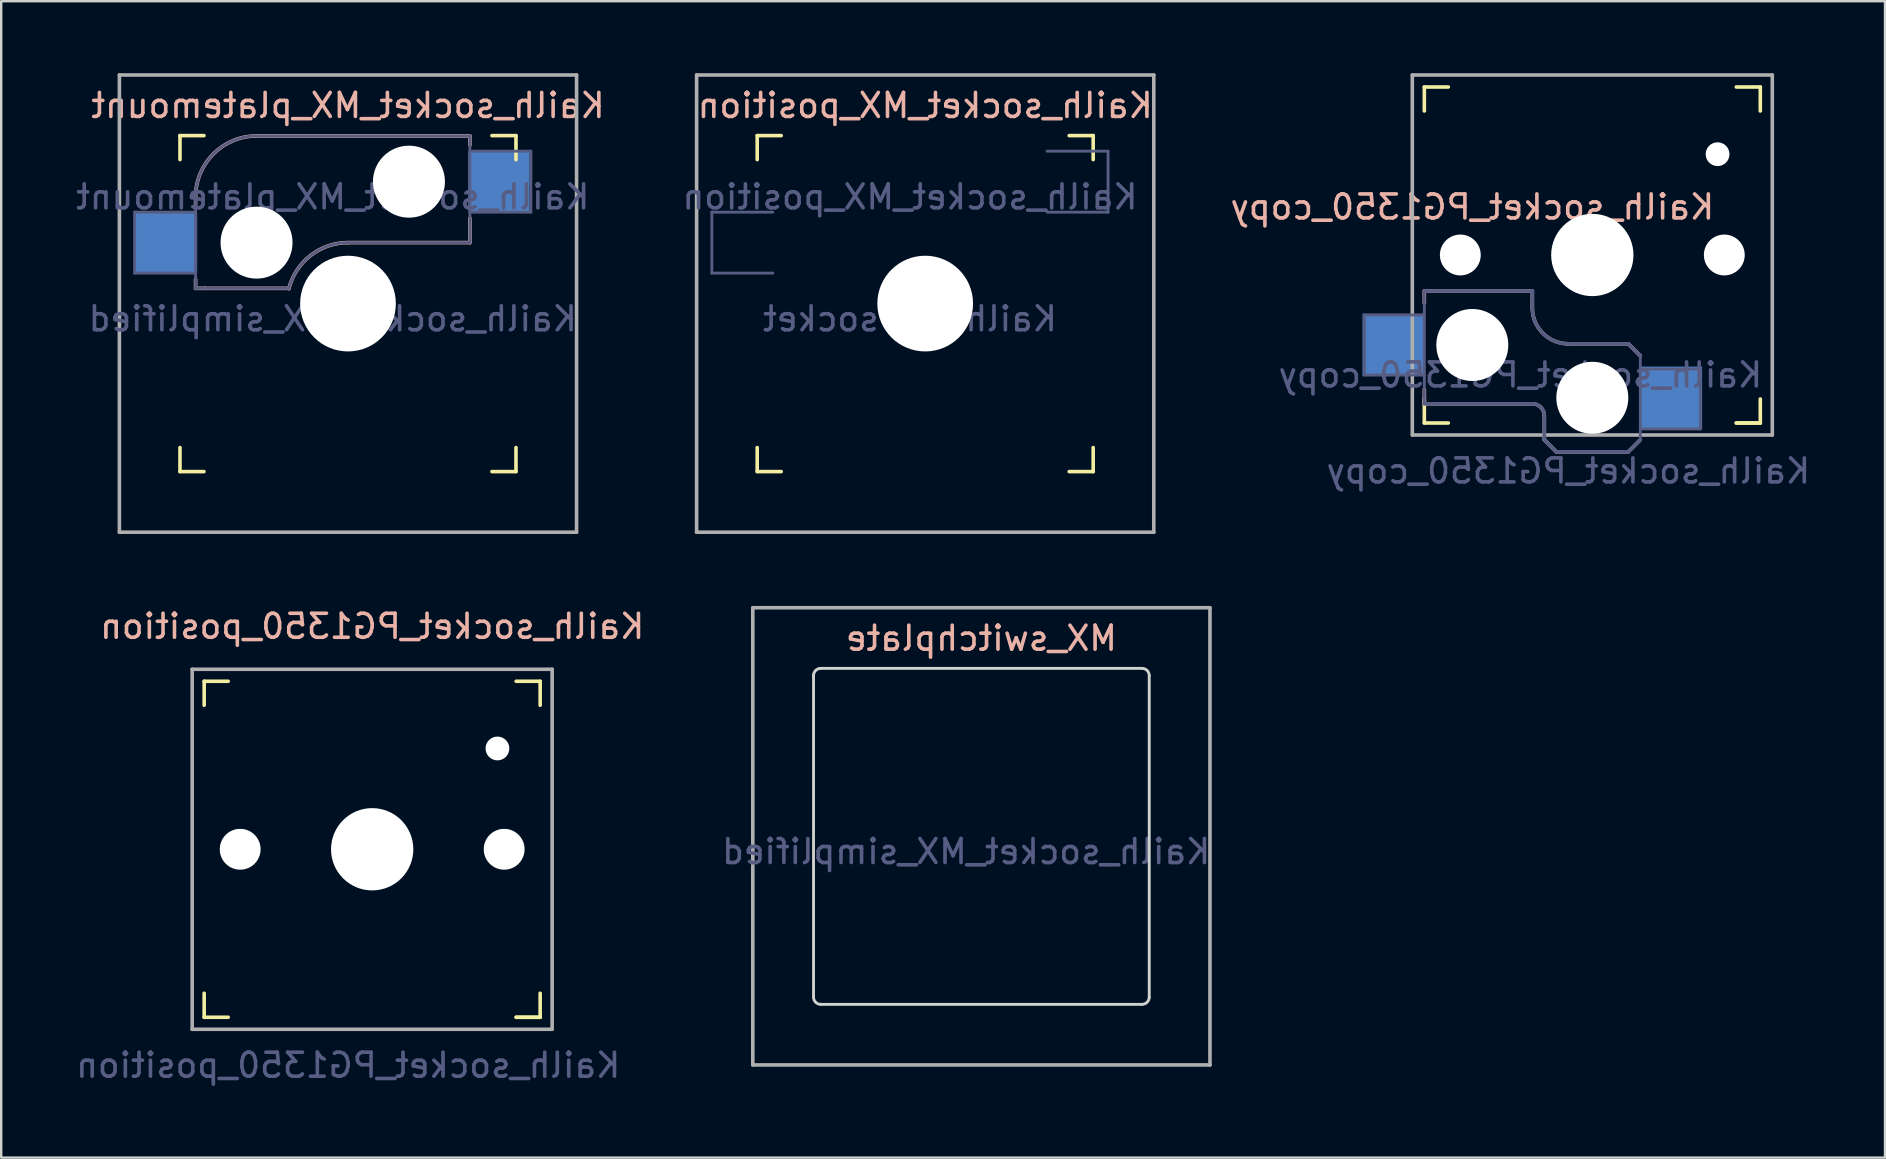
<source format=kicad_pcb>
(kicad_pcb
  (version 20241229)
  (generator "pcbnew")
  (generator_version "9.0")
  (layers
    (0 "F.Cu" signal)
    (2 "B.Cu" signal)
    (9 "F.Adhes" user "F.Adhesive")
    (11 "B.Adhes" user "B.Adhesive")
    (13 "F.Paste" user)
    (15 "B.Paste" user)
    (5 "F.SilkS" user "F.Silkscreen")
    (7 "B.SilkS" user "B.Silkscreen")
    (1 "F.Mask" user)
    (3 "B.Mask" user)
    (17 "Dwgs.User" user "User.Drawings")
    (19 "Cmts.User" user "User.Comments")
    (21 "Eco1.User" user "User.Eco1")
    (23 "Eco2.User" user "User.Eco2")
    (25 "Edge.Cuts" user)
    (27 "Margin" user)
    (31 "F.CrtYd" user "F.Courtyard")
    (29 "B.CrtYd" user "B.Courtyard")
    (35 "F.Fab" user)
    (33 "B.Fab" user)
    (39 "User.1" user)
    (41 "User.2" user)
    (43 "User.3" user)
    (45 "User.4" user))
  (footprint "Kailh_socket_MX_position"
    (layer "F.Cu")
    (at 35.502 9.6)
    (property "Reference" "Kailh_socket_MX_position" (at 0 -8.255 180) (layer "B.SilkS") (effects (font (size 1 1) (thickness 0.15)) (justify mirror)))
    (property "Value" "Kailh MX socket" (at 0 8.255 180) (layer "F.Fab") (hide yes) (effects (font (size 1 1) (thickness 0.15))))
    (attr smd board_only exclude_from_pos_files exclude_from_bom)
    (fp_line (start -7 -6) (end -7 -7) (stroke (width 0.15) (type solid)) (layer "F.SilkS"))
    (fp_line (start -7 7) (end -7 6) (stroke (width 0.15) (type solid)) (layer "F.SilkS"))
    (fp_line (start -7 7) (end -6 7) (stroke (width 0.15) (type solid)) (layer "F.SilkS"))
    (fp_line (start -6 -7) (end -7 -7) (stroke (width 0.15) (type solid)) (layer "F.SilkS"))
    (fp_line (start 6 7) (end 7 7) (stroke (width 0.15) (type solid)) (layer "F.SilkS"))
    (fp_line (start 7 -7) (end 6 -7) (stroke (width 0.15) (type solid)) (layer "F.SilkS"))
    (fp_line (start 7 -7) (end 7 -6) (stroke (width 0.15) (type solid)) (layer "F.SilkS"))
    (fp_line (start 7 6) (end 7 7) (stroke (width 0.15) (type solid)) (layer "F.SilkS"))
    (fp_rect (start -8.89 -3.81) (end -6.35 -1.27) (stroke (width 0.12) (type solid)) (fill no) (layer "Eco1.User"))
    (fp_rect (start 7.62 -6.35) (end 5.08 -3.81) (stroke (width 0.12) (type solid)) (fill no) (layer "Eco1.User"))
    (fp_circle (center -3.81 -2.54) (end -2.54 -1.905) (stroke (width 0.12) (type solid)) (fill no) (layer "Eco1.User"))
    (fp_circle (center 2.54 -5.08) (end 3.175 -3.81) (stroke (width 0.12) (type solid)) (fill no) (layer "Eco1.User"))
    (fp_line (start -6.9 6.9) (end -6.9 -6.9) (stroke (width 0.15) (type solid)) (layer "Eco2.User"))
    (fp_line (start -6.9 6.9) (end 6.9 6.9) (stroke (width 0.15) (type solid)) (layer "Eco2.User"))
    (fp_line (start 6.9 -6.9) (end -6.9 -6.9) (stroke (width 0.15) (type solid)) (layer "Eco2.User"))
    (fp_line (start 6.9 -6.9) (end 6.9 6.9) (stroke (width 0.15) (type solid)) (layer "Eco2.User"))
    (fp_line (start -8.89 -3.81) (end -6.35 -3.81) (stroke (width 0.12) (type solid)) (layer "B.Fab"))
    (fp_line (start -8.89 -1.27) (end -8.89 -3.81) (stroke (width 0.12) (type solid)) (layer "B.Fab"))
    (fp_line (start -6.35 -1.27) (end -8.89 -1.27) (stroke (width 0.12) (type solid)) (layer "B.Fab"))
    (fp_line (start 5.08 -6.35) (end 7.62 -6.35) (stroke (width 0.12) (type solid)) (layer "B.Fab"))
    (fp_line (start 7.62 -6.35) (end 7.62 -3.81) (stroke (width 0.12) (type solid)) (layer "B.Fab"))
    (fp_line (start 7.62 -3.81) (end 5.08 -3.81) (stroke (width 0.12) (type solid)) (layer "B.Fab"))
    (fp_line (start -9.525 -9.525) (end 9.525 -9.525) (stroke (width 0.15) (type solid)) (layer "F.Fab"))
    (fp_line (start -9.525 9.525) (end -9.525 -9.525) (stroke (width 0.15) (type solid)) (layer "F.Fab"))
    (fp_line (start 9.525 -9.525) (end 9.525 9.525) (stroke (width 0.15) (type solid)) (layer "F.Fab"))
    (fp_line (start 9.525 9.525) (end -9.525 9.525) (stroke (width 0.15) (type solid)) (layer "F.Fab"))
    (fp_text user "${VALUE}" (at -0.635 0.635 180) (layer "B.Fab") (effects (font (size 1 1) (thickness 0.15)) (justify mirror)))
    (fp_text user "${REFERENCE}" (at -0.635 -4.445 180) (layer "B.Fab") (effects (font (size 1 1) (thickness 0.15)) (justify mirror)))
    (pad "" np_thru_hole circle (at 0 0) (size 3.988 3.988) (drill 3.988) (layers "*.Cu" "*.Mask")))
  (footprint "Kailh_socket_MX_platemount"
    (layer "F.Cu")
    (at 11.45 9.6)
    (property "Reference" "Kailh_socket_MX_platemount" (at 0 -8.255 0) (layer "B.SilkS") (effects (font (size 1 1) (thickness 0.15)) (justify mirror)))
    (property "Value" "Kailh_socket_MX_simplified" (at 0 8.255 0) (layer "F.Fab") (hide yes) (effects (font (size 1 1) (thickness 0.15))))
    (attr smd)
    (fp_line (start -7 -6) (end -7 -7) (stroke (width 0.15) (type solid)) (layer "F.SilkS"))
    (fp_line (start -7 7) (end -7 6) (stroke (width 0.15) (type solid)) (layer "F.SilkS"))
    (fp_line (start -7 7) (end -6 7) (stroke (width 0.15) (type solid)) (layer "F.SilkS"))
    (fp_line (start -6 -7) (end -7 -7) (stroke (width 0.15) (type solid)) (layer "F.SilkS"))
    (fp_line (start 6 7) (end 7 7) (stroke (width 0.15) (type solid)) (layer "F.SilkS"))
    (fp_line (start 7 -7) (end 6 -7) (stroke (width 0.15) (type solid)) (layer "F.SilkS"))
    (fp_line (start 7 -7) (end 7 -6) (stroke (width 0.15) (type solid)) (layer "F.SilkS"))
    (fp_line (start 7 6) (end 7 7) (stroke (width 0.15) (type solid)) (layer "F.SilkS"))
    (fp_line (start -6.35 -4.445) (end -6.35 -4.064) (stroke (width 0.15) (type solid)) (layer "B.SilkS"))
    (fp_line (start -6.35 -1.016) (end -6.35 -0.635) (stroke (width 0.15) (type solid)) (layer "B.SilkS"))
    (fp_line (start -5.969 -0.635) (end -6.35 -0.635) (stroke (width 0.15) (type solid)) (layer "B.SilkS"))
    (fp_line (start -3.81 -6.985) (end 5.08 -6.985) (stroke (width 0.15) (type solid)) (layer "B.SilkS"))
    (fp_line (start -2.464 -0.635) (end -5.969 -0.635) (stroke (width 0.15) (type solid)) (layer "B.SilkS"))
    (fp_line (start 5.08 -6.985) (end 5.08 -6.604) (stroke (width 0.15) (type solid)) (layer "B.SilkS"))
    (fp_line (start 5.08 -3.556) (end 5.08 -2.54) (stroke (width 0.15) (type solid)) (layer "B.SilkS"))
    (fp_line (start 5.08 -2.54) (end 0 -2.54) (stroke (width 0.15) (type solid)) (layer "B.SilkS"))
    (fp_arc (start -6.35 -4.445) (mid -5.606051 -6.241051) (end -3.81 -6.985) (stroke (width 0.15) (type solid)) (layer "B.SilkS"))
    (fp_arc (start -2.464162 -0.61604) (mid -1.563147 -2.002042) (end 0 -2.54) (stroke (width 0.15) (type solid)) (layer "B.SilkS"))
    (fp_line (start -6.9 6.9) (end -6.9 -6.9) (stroke (width 0.15) (type solid)) (layer "Eco2.User"))
    (fp_line (start -6.9 6.9) (end 6.9 6.9) (stroke (width 0.15) (type solid)) (layer "Eco2.User"))
    (fp_line (start 6.9 -6.9) (end -6.9 -6.9) (stroke (width 0.15) (type solid)) (layer "Eco2.User"))
    (fp_line (start 6.9 -6.9) (end 6.9 6.9) (stroke (width 0.15) (type solid)) (layer "Eco2.User"))
    (fp_line (start -8.89 -3.81) (end -6.35 -3.81) (stroke (width 0.12) (type solid)) (layer "B.Fab"))
    (fp_line (start -8.89 -1.27) (end -8.89 -3.81) (stroke (width 0.12) (type solid)) (layer "B.Fab"))
    (fp_line (start -6.35 -1.27) (end -8.89 -1.27) (stroke (width 0.12) (type solid)) (layer "B.Fab"))
    (fp_line (start -6.35 -0.635) (end -6.35 -4.445) (stroke (width 0.12) (type solid)) (layer "B.Fab"))
    (fp_line (start -6.35 -0.635) (end -2.54 -0.635) (stroke (width 0.12) (type solid)) (layer "B.Fab"))
    (fp_line (start -3.81 -6.985) (end 5.08 -6.985) (stroke (width 0.12) (type solid)) (layer "B.Fab"))
    (fp_line (start 5.08 -6.985) (end 5.08 -2.54) (stroke (width 0.12) (type solid)) (layer "B.Fab"))
    (fp_line (start 5.08 -6.35) (end 7.62 -6.35) (stroke (width 0.12) (type solid)) (layer "B.Fab"))
    (fp_line (start 5.08 -2.54) (end 0 -2.54) (stroke (width 0.12) (type solid)) (layer "B.Fab"))
    (fp_line (start 7.62 -6.35) (end 7.62 -3.81) (stroke (width 0.12) (type solid)) (layer "B.Fab"))
    (fp_line (start 7.62 -3.81) (end 5.08 -3.81) (stroke (width 0.12) (type solid)) (layer "B.Fab"))
    (fp_arc (start -6.35 -4.445) (mid -5.606051 -6.241051) (end -3.81 -6.985) (stroke (width 0.12) (type solid)) (layer "B.Fab"))
    (fp_arc (start -2.464162 -0.61604) (mid -1.563147 -2.002042) (end 0 -2.54) (stroke (width 0.12) (type solid)) (layer "B.Fab"))
    (fp_line (start -9.525 -9.525) (end 9.525 -9.525) (stroke (width 0.15) (type solid)) (layer "F.Fab"))
    (fp_line (start -9.525 9.525) (end -9.525 -9.525) (stroke (width 0.15) (type solid)) (layer "F.Fab"))
    (fp_line (start 9.525 -9.525) (end 9.525 9.525) (stroke (width 0.15) (type solid)) (layer "F.Fab"))
    (fp_line (start 9.525 9.525) (end -9.525 9.525) (stroke (width 0.15) (type solid)) (layer "F.Fab"))
    (fp_text user "${REFERENCE}" (at -0.635 -4.445 0) (layer "B.Fab") (effects (font (size 1 1) (thickness 0.15)) (justify mirror)))
    (fp_text user "${VALUE}" (at -0.635 0.635 0) (layer "B.Fab") (effects (font (size 1 1) (thickness 0.15)) (justify mirror)))
    (pad "" np_thru_hole circle (at -3.81 -2.54) (size 3 3) (drill 3) (layers "*.Cu" "*.Mask"))
    (pad "" np_thru_hole circle (at 0 0) (size 3.988 3.988) (drill 3.988) (layers "*.Cu" "*.Mask"))
    (pad "" np_thru_hole circle (at 2.54 -5.08) (size 3 3) (drill 3) (layers "*.Cu" "*.Mask"))
    (pad "1" smd rect (at -7.56 -2.54) (size 2.55 2.5) (layers "B.Cu" "B.Mask" "B.Paste"))
    (pad "2" smd rect (at 6.29 -5.08) (size 2.55 2.5) (layers "B.Cu" "B.Mask" "B.Paste")))
  (footprint "Kailh_socket_PG1350_copy"
    (layer "F.Cu")
    (at 63.3 7.575)
    (property "Reference" "Kailh_socket_PG1350_copy" (at -5 -2 0) (layer "B.SilkS") (effects (font (size 1 1) (thickness 0.15)) (justify mirror)))
    (property "Value" "Kailh_socket_PG1350_copy" (at 0 8.255 0) (layer "F.Fab") (hide yes) (effects (font (size 1 1) (thickness 0.15))))
    (attr smd)
    (fp_line (start -7 -6) (end -7 -7) (stroke (width 0.15) (type solid)) (layer "F.SilkS"))
    (fp_line (start -7 7) (end -7 6) (stroke (width 0.15) (type solid)) (layer "F.SilkS"))
    (fp_line (start -7 7) (end -6 7) (stroke (width 0.15) (type solid)) (layer "F.SilkS"))
    (fp_line (start -6 -7) (end -7 -7) (stroke (width 0.15) (type solid)) (layer "F.SilkS"))
    (fp_line (start 6 7) (end 7 7) (stroke (width 0.15) (type solid)) (layer "F.SilkS"))
    (fp_line (start 7 -7) (end 6 -7) (stroke (width 0.15) (type solid)) (layer "F.SilkS"))
    (fp_line (start 7 -7) (end 7 -6) (stroke (width 0.15) (type solid)) (layer "F.SilkS"))
    (fp_line (start 7 6) (end 7 7) (stroke (width 0.15) (type solid)) (layer "F.SilkS"))
    (fp_line (start 7 7) (end 6 7) (stroke (width 0.15) (type solid)) (layer "F.SilkS"))
    (fp_line (start -7 1.5) (end -7 2) (stroke (width 0.15) (type solid)) (layer "B.SilkS"))
    (fp_line (start -7 5.6) (end -7 6.2) (stroke (width 0.15) (type solid)) (layer "B.SilkS"))
    (fp_line (start -7 6.2) (end -2.5 6.2) (stroke (width 0.15) (type solid)) (layer "B.SilkS"))
    (fp_line (start -2.5 1.5) (end -7 1.5) (stroke (width 0.15) (type solid)) (layer "B.SilkS"))
    (fp_line (start -2.5 2.2) (end -2.5 1.5) (stroke (width 0.15) (type solid)) (layer "B.SilkS"))
    (fp_line (start -2 6.7) (end -2 7.7) (stroke (width 0.15) (type solid)) (layer "B.SilkS"))
    (fp_line (start -1.5 8.2) (end -2 7.7) (stroke (width 0.15) (type solid)) (layer "B.SilkS"))
    (fp_line (start 1.5 3.7) (end -1 3.7) (stroke (width 0.15) (type solid)) (layer "B.SilkS"))
    (fp_line (start 1.5 8.2) (end -1.5 8.2) (stroke (width 0.15) (type solid)) (layer "B.SilkS"))
    (fp_line (start 2 4.2) (end 1.5 3.7) (stroke (width 0.15) (type solid)) (layer "B.SilkS"))
    (fp_line (start 2 7.7) (end 1.5 8.2) (stroke (width 0.15) (type solid)) (layer "B.SilkS"))
    (fp_arc (start -2.5 6.2) (mid -2.146447 6.346447) (end -2 6.7) (stroke (width 0.15) (type solid)) (layer "B.SilkS"))
    (fp_arc (start -1 3.7) (mid -2.06066 3.26066) (end -2.5 2.2) (stroke (width 0.15) (type solid)) (layer "B.SilkS"))
    (fp_line (start -6.9 6.9) (end -6.9 -6.9) (stroke (width 0.15) (type solid)) (layer "Eco2.User"))
    (fp_line (start -6.9 6.9) (end 6.9 6.9) (stroke (width 0.15) (type solid)) (layer "Eco2.User"))
    (fp_line (start -2.6 -3.1) (end -2.6 -6.3) (stroke (width 0.15) (type solid)) (layer "Eco2.User"))
    (fp_line (start -2.6 -3.1) (end 2.6 -3.1) (stroke (width 0.15) (type solid)) (layer "Eco2.User"))
    (fp_line (start 2.6 -6.3) (end -2.6 -6.3) (stroke (width 0.15) (type solid)) (layer "Eco2.User"))
    (fp_line (start 2.6 -3.1) (end 2.6 -6.3) (stroke (width 0.15) (type solid)) (layer "Eco2.User"))
    (fp_line (start 6.9 -6.9) (end -6.9 -6.9) (stroke (width 0.15) (type solid)) (layer "Eco2.User"))
    (fp_line (start 6.9 -6.9) (end 6.9 6.9) (stroke (width 0.15) (type solid)) (layer "Eco2.User"))
    (fp_line (start -9.5 2.5) (end -7 2.5) (stroke (width 0.12) (type solid)) (layer "B.Fab"))
    (fp_line (start -9.5 5) (end -9.5 2.5) (stroke (width 0.12) (type solid)) (layer "B.Fab"))
    (fp_line (start -7 1.5) (end -7 6.2) (stroke (width 0.12) (type solid)) (layer "B.Fab"))
    (fp_line (start -7 5) (end -9.5 5) (stroke (width 0.12) (type solid)) (layer "B.Fab"))
    (fp_line (start -7 6.2) (end -2.5 6.2) (stroke (width 0.15) (type solid)) (layer "B.Fab"))
    (fp_line (start -2.5 1.5) (end -7 1.5) (stroke (width 0.15) (type solid)) (layer "B.Fab"))
    (fp_line (start -2.5 2.2) (end -2.5 1.5) (stroke (width 0.15) (type solid)) (layer "B.Fab"))
    (fp_line (start -2 6.7) (end -2 7.7) (stroke (width 0.15) (type solid)) (layer "B.Fab"))
    (fp_line (start -1.5 8.2) (end -2 7.7) (stroke (width 0.15) (type solid)) (layer "B.Fab"))
    (fp_line (start 1.5 3.7) (end -1 3.7) (stroke (width 0.15) (type solid)) (layer "B.Fab"))
    (fp_line (start 1.5 8.2) (end -1.5 8.2) (stroke (width 0.15) (type solid)) (layer "B.Fab"))
    (fp_line (start 2 4.2) (end 1.5 3.7) (stroke (width 0.15) (type solid)) (layer "B.Fab"))
    (fp_line (start 2 4.25) (end 2 7.7) (stroke (width 0.12) (type solid)) (layer "B.Fab"))
    (fp_line (start 2 4.75) (end 4.5 4.75) (stroke (width 0.12) (type solid)) (layer "B.Fab"))
    (fp_line (start 2 7.7) (end 1.5 8.2) (stroke (width 0.15) (type solid)) (layer "B.Fab"))
    (fp_line (start 4.5 4.75) (end 4.5 7.25) (stroke (width 0.12) (type solid)) (layer "B.Fab"))
    (fp_line (start 4.5 7.25) (end 2 7.25) (stroke (width 0.12) (type solid)) (layer "B.Fab"))
    (fp_arc (start -2.5 6.2) (mid -2.146447 6.346447) (end -2 6.7) (stroke (width 0.15) (type solid)) (layer "B.Fab"))
    (fp_arc (start -1 3.7) (mid -2.06066 3.26066) (end -2.5 2.2) (stroke (width 0.15) (type solid)) (layer "B.Fab"))
    (fp_line (start -7.5 -7.5) (end 7.5 -7.5) (stroke (width 0.15) (type solid)) (layer "F.Fab"))
    (fp_line (start -7.5 7.5) (end -7.5 -7.5) (stroke (width 0.15) (type solid)) (layer "F.Fab"))
    (fp_line (start 7.5 -7.5) (end 7.5 7.5) (stroke (width 0.15) (type solid)) (layer "F.Fab"))
    (fp_line (start 7.5 7.5) (end -7.5 7.5) (stroke (width 0.15) (type solid)) (layer "F.Fab"))
    (fp_text user "${VALUE}" (at -1 9 0) (layer "B.Fab") (effects (font (size 1 1) (thickness 0.15)) (justify mirror)))
    (fp_text user "${REFERENCE}" (at -3 5 0) (layer "B.Fab") (effects (font (size 1 1) (thickness 0.15)) (justify mirror)))
    (pad "" np_thru_hole circle (at -5.5 0) (size 1.702 1.702) (drill 1.702) (layers "*.Cu" "*.Mask"))
    (pad "" np_thru_hole circle (at -5 3.75) (size 3 3) (drill 3) (layers "*.Cu" "*.Mask"))
    (pad "" np_thru_hole circle (at 0 0) (size 3.429 3.429) (drill 3.429) (layers "*.Cu" "*.Mask"))
    (pad "" np_thru_hole circle (at 0 5.95) (size 3 3) (drill 3) (layers "*.Cu" "*.Mask"))
    (pad "" np_thru_hole circle (at 5.22 -4.2) (size 0.991 0.991) (drill 0.991) (layers "*.Cu" "*.Mask"))
    (pad "" np_thru_hole circle (at 5.5 0) (size 1.702 1.702) (drill 1.702) (layers "*.Cu" "*.Mask"))
    (pad "1" smd rect (at 3.275 5.95) (size 2.6 2.6) (layers "B.Cu" "B.Mask" "B.Paste"))
    (pad "2" smd rect (at -8.275 3.75) (size 2.6 2.6) (layers "B.Cu" "B.Mask" "B.Paste")))
  (footprint "Kailh_socket_PG1350_position"
    (layer "F.Cu")
    (at 12.458 32.338)
    (property "Reference" "Kailh_socket_PG1350_position" (at 0 -9.29 0) (layer "B.SilkS") (effects (font (size 1 1) (thickness 0.15)) (justify mirror)))
    (property "Value" "Kailh_socket_PG1350_position" (at 0 8.255 0) (layer "F.Fab") (hide yes) (effects (font (size 1 1) (thickness 0.15))))
    (attr smd)
    (fp_line (start -7 -6) (end -7 -7) (stroke (width 0.15) (type solid)) (layer "F.SilkS"))
    (fp_line (start -7 7) (end -7 6) (stroke (width 0.15) (type solid)) (layer "F.SilkS"))
    (fp_line (start -7 7) (end -6 7) (stroke (width 0.15) (type solid)) (layer "F.SilkS"))
    (fp_line (start -6 -7) (end -7 -7) (stroke (width 0.15) (type solid)) (layer "F.SilkS"))
    (fp_line (start 6 7) (end 7 7) (stroke (width 0.15) (type solid)) (layer "F.SilkS"))
    (fp_line (start 7 -7) (end 6 -7) (stroke (width 0.15) (type solid)) (layer "F.SilkS"))
    (fp_line (start 7 -7) (end 7 -6) (stroke (width 0.15) (type solid)) (layer "F.SilkS"))
    (fp_line (start 7 6) (end 7 7) (stroke (width 0.15) (type solid)) (layer "F.SilkS"))
    (fp_line (start 7 7) (end 6 7) (stroke (width 0.15) (type solid)) (layer "F.SilkS"))
    (fp_circle (center -5 3.75) (end -5.635 5.02) (stroke (width 0.12) (type solid)) (fill no) (layer "Eco2.User"))
    (fp_circle (center 0 5.95) (end -1.27 5.315) (stroke (width 0.12) (type solid)) (fill no) (layer "Eco2.User"))
    (fp_line (start -7.5 -7.5) (end 7.5 -7.5) (stroke (width 0.15) (type solid)) (layer "F.Fab"))
    (fp_line (start -7.5 7.5) (end -7.5 -7.5) (stroke (width 0.15) (type solid)) (layer "F.Fab"))
    (fp_line (start 7.5 -7.5) (end 7.5 7.5) (stroke (width 0.15) (type solid)) (layer "F.Fab"))
    (fp_line (start 7.5 7.5) (end -7.5 7.5) (stroke (width 0.15) (type solid)) (layer "F.Fab"))
    (fp_text user "${VALUE}" (at -1 9 0) (layer "B.Fab") (effects (font (size 1 1) (thickness 0.15)) (justify mirror)))
    (pad "" np_thru_hole circle (at -5.5 0) (size 1.702 1.702) (drill 1.702) (layers "*.Cu" "*.Mask"))
    (pad "" np_thru_hole circle (at 0 0) (size 3.429 3.429) (drill 3.429) (layers "*.Cu" "*.Mask"))
    (pad "" np_thru_hole circle (at 5.22 -4.2) (size 0.991 0.991) (drill 0.991) (layers "*.Cu" "*.Mask"))
    (pad "" np_thru_hole circle (at 5.5 0) (size 1.702 1.702) (drill 1.702) (layers "*.Cu" "*.Mask")))
  (footprint "MX_switchplate"
    (layer "F.Cu")
    (at 37.843 31.8)
    (property "Reference" "MX_switchplate" (at 0 -8.255 0) (layer "B.SilkS") (effects (font (size 1 1) (thickness 0.15)) (justify mirror)))
    (property "Value" "Kailh_socket_MX_simplified" (at 0 8.255 0) (layer "F.Fab") (hide yes) (effects (font (size 1 1) (thickness 0.15))))
    (attr smd)
    (fp_line (start -6.994 6.688) (end -6.994 -6.7) (stroke (width 0.12) (type solid)) (layer "Edge.Cuts"))
    (fp_line (start 6.694 -7) (end -6.694 -7) (stroke (width 0.12) (type solid)) (layer "Edge.Cuts"))
    (fp_line (start 6.694 7) (end -6.694 7) (stroke (width 0.12) (type solid)) (layer "Edge.Cuts"))
    (fp_line (start 6.994 6.7) (end 6.994 -6.688) (stroke (width 0.12) (type solid)) (layer "Edge.Cuts"))
    (fp_arc (start -6.993934 -6.7) (mid -6.906066 -6.912132) (end -6.693934 -7) (stroke (width 0.12) (type solid)) (layer "Edge.Cuts"))
    (fp_arc (start -6.693934 7) (mid -6.906066 6.912132) (end -6.993934 6.7) (stroke (width 0.12) (type solid)) (layer "Edge.Cuts"))
    (fp_arc (start 6.693934 -7) (mid 6.906066 -6.912132) (end 6.993934 -6.7) (stroke (width 0.12) (type solid)) (layer "Edge.Cuts"))
    (fp_arc (start 6.993934 6.7) (mid 6.906066 6.912132) (end 6.693934 7) (stroke (width 0.12) (type solid)) (layer "Edge.Cuts"))
    (fp_line (start -9.525 -9.525) (end 9.525 -9.525) (stroke (width 0.15) (type solid)) (layer "F.Fab"))
    (fp_line (start -9.525 9.525) (end -9.525 -9.525) (stroke (width 0.15) (type solid)) (layer "F.Fab"))
    (fp_line (start 9.525 -9.525) (end 9.525 9.525) (stroke (width 0.15) (type solid)) (layer "F.Fab"))
    (fp_line (start 9.525 9.525) (end -9.525 9.525) (stroke (width 0.15) (type solid)) (layer "F.Fab"))
    (fp_text user "${VALUE}" (at -0.635 0.635 0) (layer "B.Fab") (effects (font (size 1 1) (thickness 0.15)) (justify mirror))))
  (gr_rect
    (start -3 -3)
    (end 75.496 45.187)
    (stroke (width 0.1) (type default))
    (fill no)
    (layer "Edge.Cuts")))
</source>
